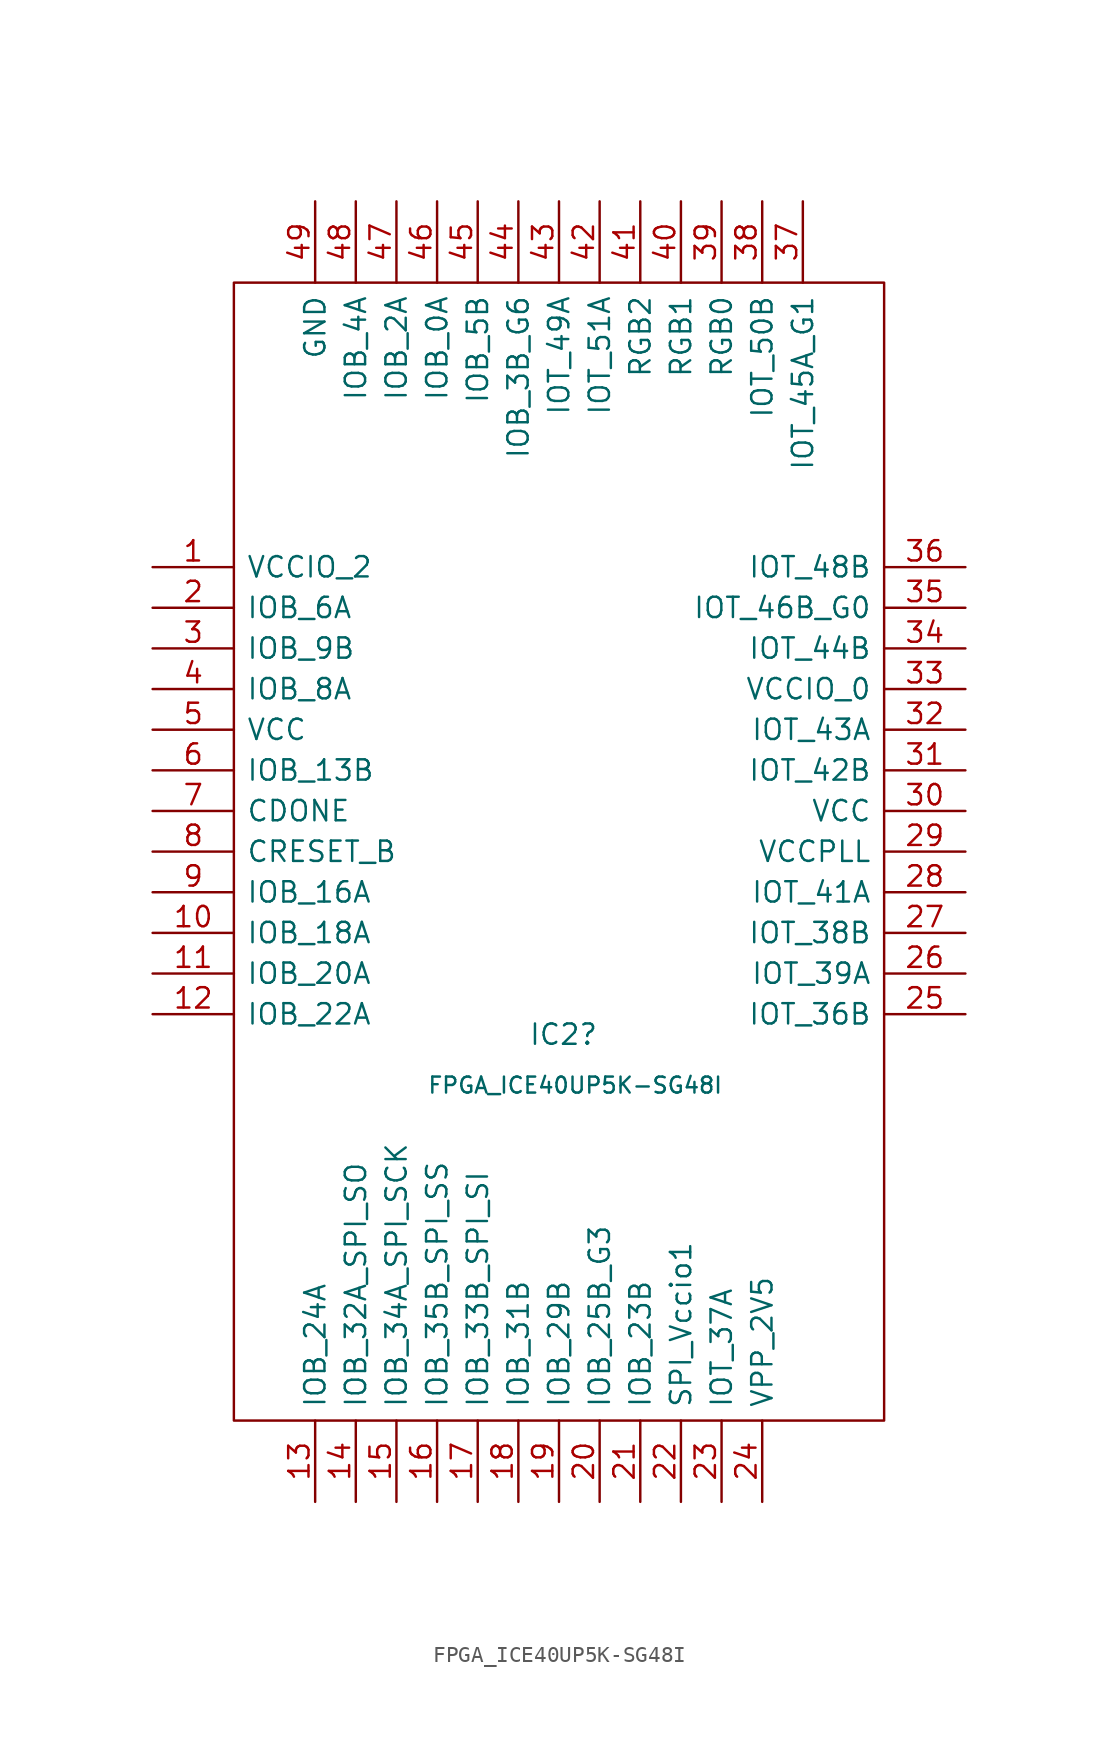
<source format=kicad_sym>
(kicad_symbol_lib
  (version 20220914)
  (generator kicad_symbol_editor)
  (symbol "FPGA_ICE40UP5K-SG48I"
    (pin_names
      (offset 0.762))
    (property "Reference" "IC2"
      (at 18.415 -46.99 0)
      (effects (font (size 1.27 1.27)) (justify left)))
    (property "Value" "FPGA_ICE40UP5K-SG48I"
      (at 12.065 -50.165 0)
      (effects (font (size 1 1)) (justify left)))
    (symbol "FPGA_ICE40UP5K-SG48I_0_0"
      (pin power_in line (at -5.08 -17.78 0) (length 5.08) (name "VCCIO_2" (effects (font (size 1.27 1.27)))) (number "1" (effects (font (size 1.27 1.27)))))
      (pin passive line (at -5.08 -40.64 0) (length 5.08) (name "IOB_18A" (effects (font (size 1.27 1.27)))) (number "10" (effects (font (size 1.27 1.27)))))
      (pin passive line (at -5.08 -43.18 0) (length 5.08) (name "IOB_20A" (effects (font (size 1.27 1.27)))) (number "11" (effects (font (size 1.27 1.27)))))
      (pin passive line (at -5.08 -45.72 0) (length 5.08) (name "IOB_22A" (effects (font (size 1.27 1.27)))) (number "12" (effects (font (size 1.27 1.27)))))
      (pin passive line (at 5.08 -76.2 90) (length 5.08) (name "IOB_24A" (effects (font (size 1.27 1.27)))) (number "13" (effects (font (size 1.27 1.27)))))
      (pin bidirectional line (at 7.62 -76.2 90) (length 5.08) (name "IOB_32A_SPI_SO" (effects (font (size 1.27 1.27)))) (number "14" (effects (font (size 1.27 1.27)))))
      (pin bidirectional line (at 10.16 -76.2 90) (length 5.08) (name "IOB_34A_SPI_SCK" (effects (font (size 1.27 1.27)))) (number "15" (effects (font (size 1.27 1.27)))))
      (pin bidirectional line (at 12.7 -76.2 90) (length 5.08) (name "IOB_35B_SPI_SS" (effects (font (size 1.27 1.27)))) (number "16" (effects (font (size 1.27 1.27)))))
      (pin bidirectional line (at 15.24 -76.2 90) (length 5.08) (name "IOB_33B_SPI_SI" (effects (font (size 1.27 1.27)))) (number "17" (effects (font (size 1.27 1.27)))))
      (pin passive line (at 17.78 -76.2 90) (length 5.08) (name "IOB_31B" (effects (font (size 1.27 1.27)))) (number "18" (effects (font (size 1.27 1.27)))))
      (pin passive line (at 20.32 -76.2 90) (length 5.08) (name "IOB_29B" (effects (font (size 1.27 1.27)))) (number "19" (effects (font (size 1.27 1.27)))))
      (pin passive line (at -5.08 -20.32 0) (length 5.08) (name "IOB_6A" (effects (font (size 1.27 1.27)))) (number "2" (effects (font (size 1.27 1.27)))))
      (pin passive line (at 22.86 -76.2 90) (length 5.08) (name "IOB_25B_G3" (effects (font (size 1.27 1.27)))) (number "20" (effects (font (size 1.27 1.27)))))
      (pin passive line (at 25.4 -76.2 90) (length 5.08) (name "IOB_23B" (effects (font (size 1.27 1.27)))) (number "21" (effects (font (size 1.27 1.27)))))
      (pin power_in line (at 27.94 -76.2 90) (length 5.08) (name "SPI_Vccio1" (effects (font (size 1.27 1.27)))) (number "22" (effects (font (size 1.27 1.27)))))
      (pin passive line (at 30.48 -76.2 90) (length 5.08) (name "IOT_37A" (effects (font (size 1.27 1.27)))) (number "23" (effects (font (size 1.27 1.27)))))
      (pin power_in line (at 33.02 -76.2 90) (length 5.08) (name "VPP_2V5" (effects (font (size 1.27 1.27)))) (number "24" (effects (font (size 1.27 1.27)))))
      (pin passive line (at 45.72 -45.72 180) (length 5.08) (name "IOT_36B" (effects (font (size 1.27 1.27)))) (number "25" (effects (font (size 1.27 1.27)))))
      (pin passive line (at 45.72 -43.18 180) (length 5.08) (name "IOT_39A" (effects (font (size 1.27 1.27)))) (number "26" (effects (font (size 1.27 1.27)))))
      (pin passive line (at 45.72 -40.64 180) (length 5.08) (name "IOT_38B" (effects (font (size 1.27 1.27)))) (number "27" (effects (font (size 1.27 1.27)))))
      (pin passive line (at 45.72 -38.1 180) (length 5.08) (name "IOT_41A" (effects (font (size 1.27 1.27)))) (number "28" (effects (font (size 1.27 1.27)))))
      (pin power_in line (at 45.72 -35.56 180) (length 5.08) (name "VCCPLL" (effects (font (size 1.27 1.27)))) (number "29" (effects (font (size 1.27 1.27)))))
      (pin passive line (at -5.08 -22.86 0) (length 5.08) (name "IOB_9B" (effects (font (size 1.27 1.27)))) (number "3" (effects (font (size 1.27 1.27)))))
      (pin power_in line (at 45.72 -33.02 180) (length 5.08) (name "VCC" (effects (font (size 1.27 1.27)))) (number "30" (effects (font (size 1.27 1.27)))))
      (pin passive line (at 45.72 -30.48 180) (length 5.08) (name "IOT_42B" (effects (font (size 1.27 1.27)))) (number "31" (effects (font (size 1.27 1.27)))))
      (pin passive line (at 45.72 -27.94 180) (length 5.08) (name "IOT_43A" (effects (font (size 1.27 1.27)))) (number "32" (effects (font (size 1.27 1.27)))))
      (pin power_in line (at 45.72 -25.4 180) (length 5.08) (name "VCCIO_0" (effects (font (size 1.27 1.27)))) (number "33" (effects (font (size 1.27 1.27)))))
      (pin passive line (at 45.72 -22.86 180) (length 5.08) (name "IOT_44B" (effects (font (size 1.27 1.27)))) (number "34" (effects (font (size 1.27 1.27)))))
      (pin passive line (at 45.72 -20.32 180) (length 5.08) (name "IOT_46B_G0" (effects (font (size 1.27 1.27)))) (number "35" (effects (font (size 1.27 1.27)))))
      (pin passive line (at 45.72 -17.78 180) (length 5.08) (name "IOT_48B" (effects (font (size 1.27 1.27)))) (number "36" (effects (font (size 1.27 1.27)))))
      (pin passive line (at 35.56 5.08 270) (length 5.08) (name "IOT_45A_G1" (effects (font (size 1.27 1.27)))) (number "37" (effects (font (size 1.27 1.27)))))
      (pin passive line (at 33.02 5.08 270) (length 5.08) (name "IOT_50B" (effects (font (size 1.27 1.27)))) (number "38" (effects (font (size 1.27 1.27)))))
      (pin passive line (at 30.48 5.08 270) (length 5.08) (name "RGB0" (effects (font (size 1.27 1.27)))) (number "39" (effects (font (size 1.27 1.27)))))
      (pin passive line (at -5.08 -25.4 0) (length 5.08) (name "IOB_8A" (effects (font (size 1.27 1.27)))) (number "4" (effects (font (size 1.27 1.27)))))
      (pin passive line (at 27.94 5.08 270) (length 5.08) (name "RGB1" (effects (font (size 1.27 1.27)))) (number "40" (effects (font (size 1.27 1.27)))))
      (pin passive line (at 25.4 5.08 270) (length 5.08) (name "RGB2" (effects (font (size 1.27 1.27)))) (number "41" (effects (font (size 1.27 1.27)))))
      (pin passive line (at 22.86 5.08 270) (length 5.08) (name "IOT_51A" (effects (font (size 1.27 1.27)))) (number "42" (effects (font (size 1.27 1.27)))))
      (pin passive line (at 20.32 5.08 270) (length 5.08) (name "IOT_49A" (effects (font (size 1.27 1.27)))) (number "43" (effects (font (size 1.27 1.27)))))
      (pin passive line (at 17.78 5.08 270) (length 5.08) (name "IOB_3B_G6" (effects (font (size 1.27 1.27)))) (number "44" (effects (font (size 1.27 1.27)))))
      (pin passive line (at 15.24 5.08 270) (length 5.08) (name "IOB_5B" (effects (font (size 1.27 1.27)))) (number "45" (effects (font (size 1.27 1.27)))))
      (pin passive line (at 12.7 5.08 270) (length 5.08) (name "IOB_0A" (effects (font (size 1.27 1.27)))) (number "46" (effects (font (size 1.27 1.27)))))
      (pin passive line (at 10.16 5.08 270) (length 5.08) (name "IOB_2A" (effects (font (size 1.27 1.27)))) (number "47" (effects (font (size 1.27 1.27)))))
      (pin passive line (at 7.62 5.08 270) (length 5.08) (name "IOB_4A" (effects (font (size 1.27 1.27)))) (number "48" (effects (font (size 1.27 1.27)))))
      (pin passive line (at 5.08 5.08 270) (length 5.08) (name "GND" (effects (font (size 1.27 1.27)))) (number "49" (effects (font (size 1.27 1.27)))))
      (pin power_in line (at -5.08 -27.94 0) (length 5.08) (name "VCC" (effects (font (size 1.27 1.27)))) (number "5" (effects (font (size 1.27 1.27)))))
      (pin passive line (at -5.08 -30.48 0) (length 5.08) (name "IOB_13B" (effects (font (size 1.27 1.27)))) (number "6" (effects (font (size 1.27 1.27)))))
      (pin output line (at -5.08 -33.02 0) (length 5.08) (name "CDONE" (effects (font (size 1.27 1.27)))) (number "7" (effects (font (size 1.27 1.27)))))
      (pin input line (at -5.08 -35.56 0) (length 5.08) (name "CRESET_B" (effects (font (size 1.27 1.27)))) (number "8" (effects (font (size 1.27 1.27)))))
      (pin passive line (at -5.08 -38.1 0) (length 5.08) (name "IOB_16A" (effects (font (size 1.27 1.27)))) (number "9" (effects (font (size 1.27 1.27))))))
    (symbol "FPGA_ICE40UP5K-SG48I_0_1"
      (polyline (pts (xy 0 0) (xy 40.64 0) (xy 40.64 -71.12) (xy 0 -71.12) (xy 0 0)) (stroke (width 0.152) (type default)) (fill (type none))))))
</source>
